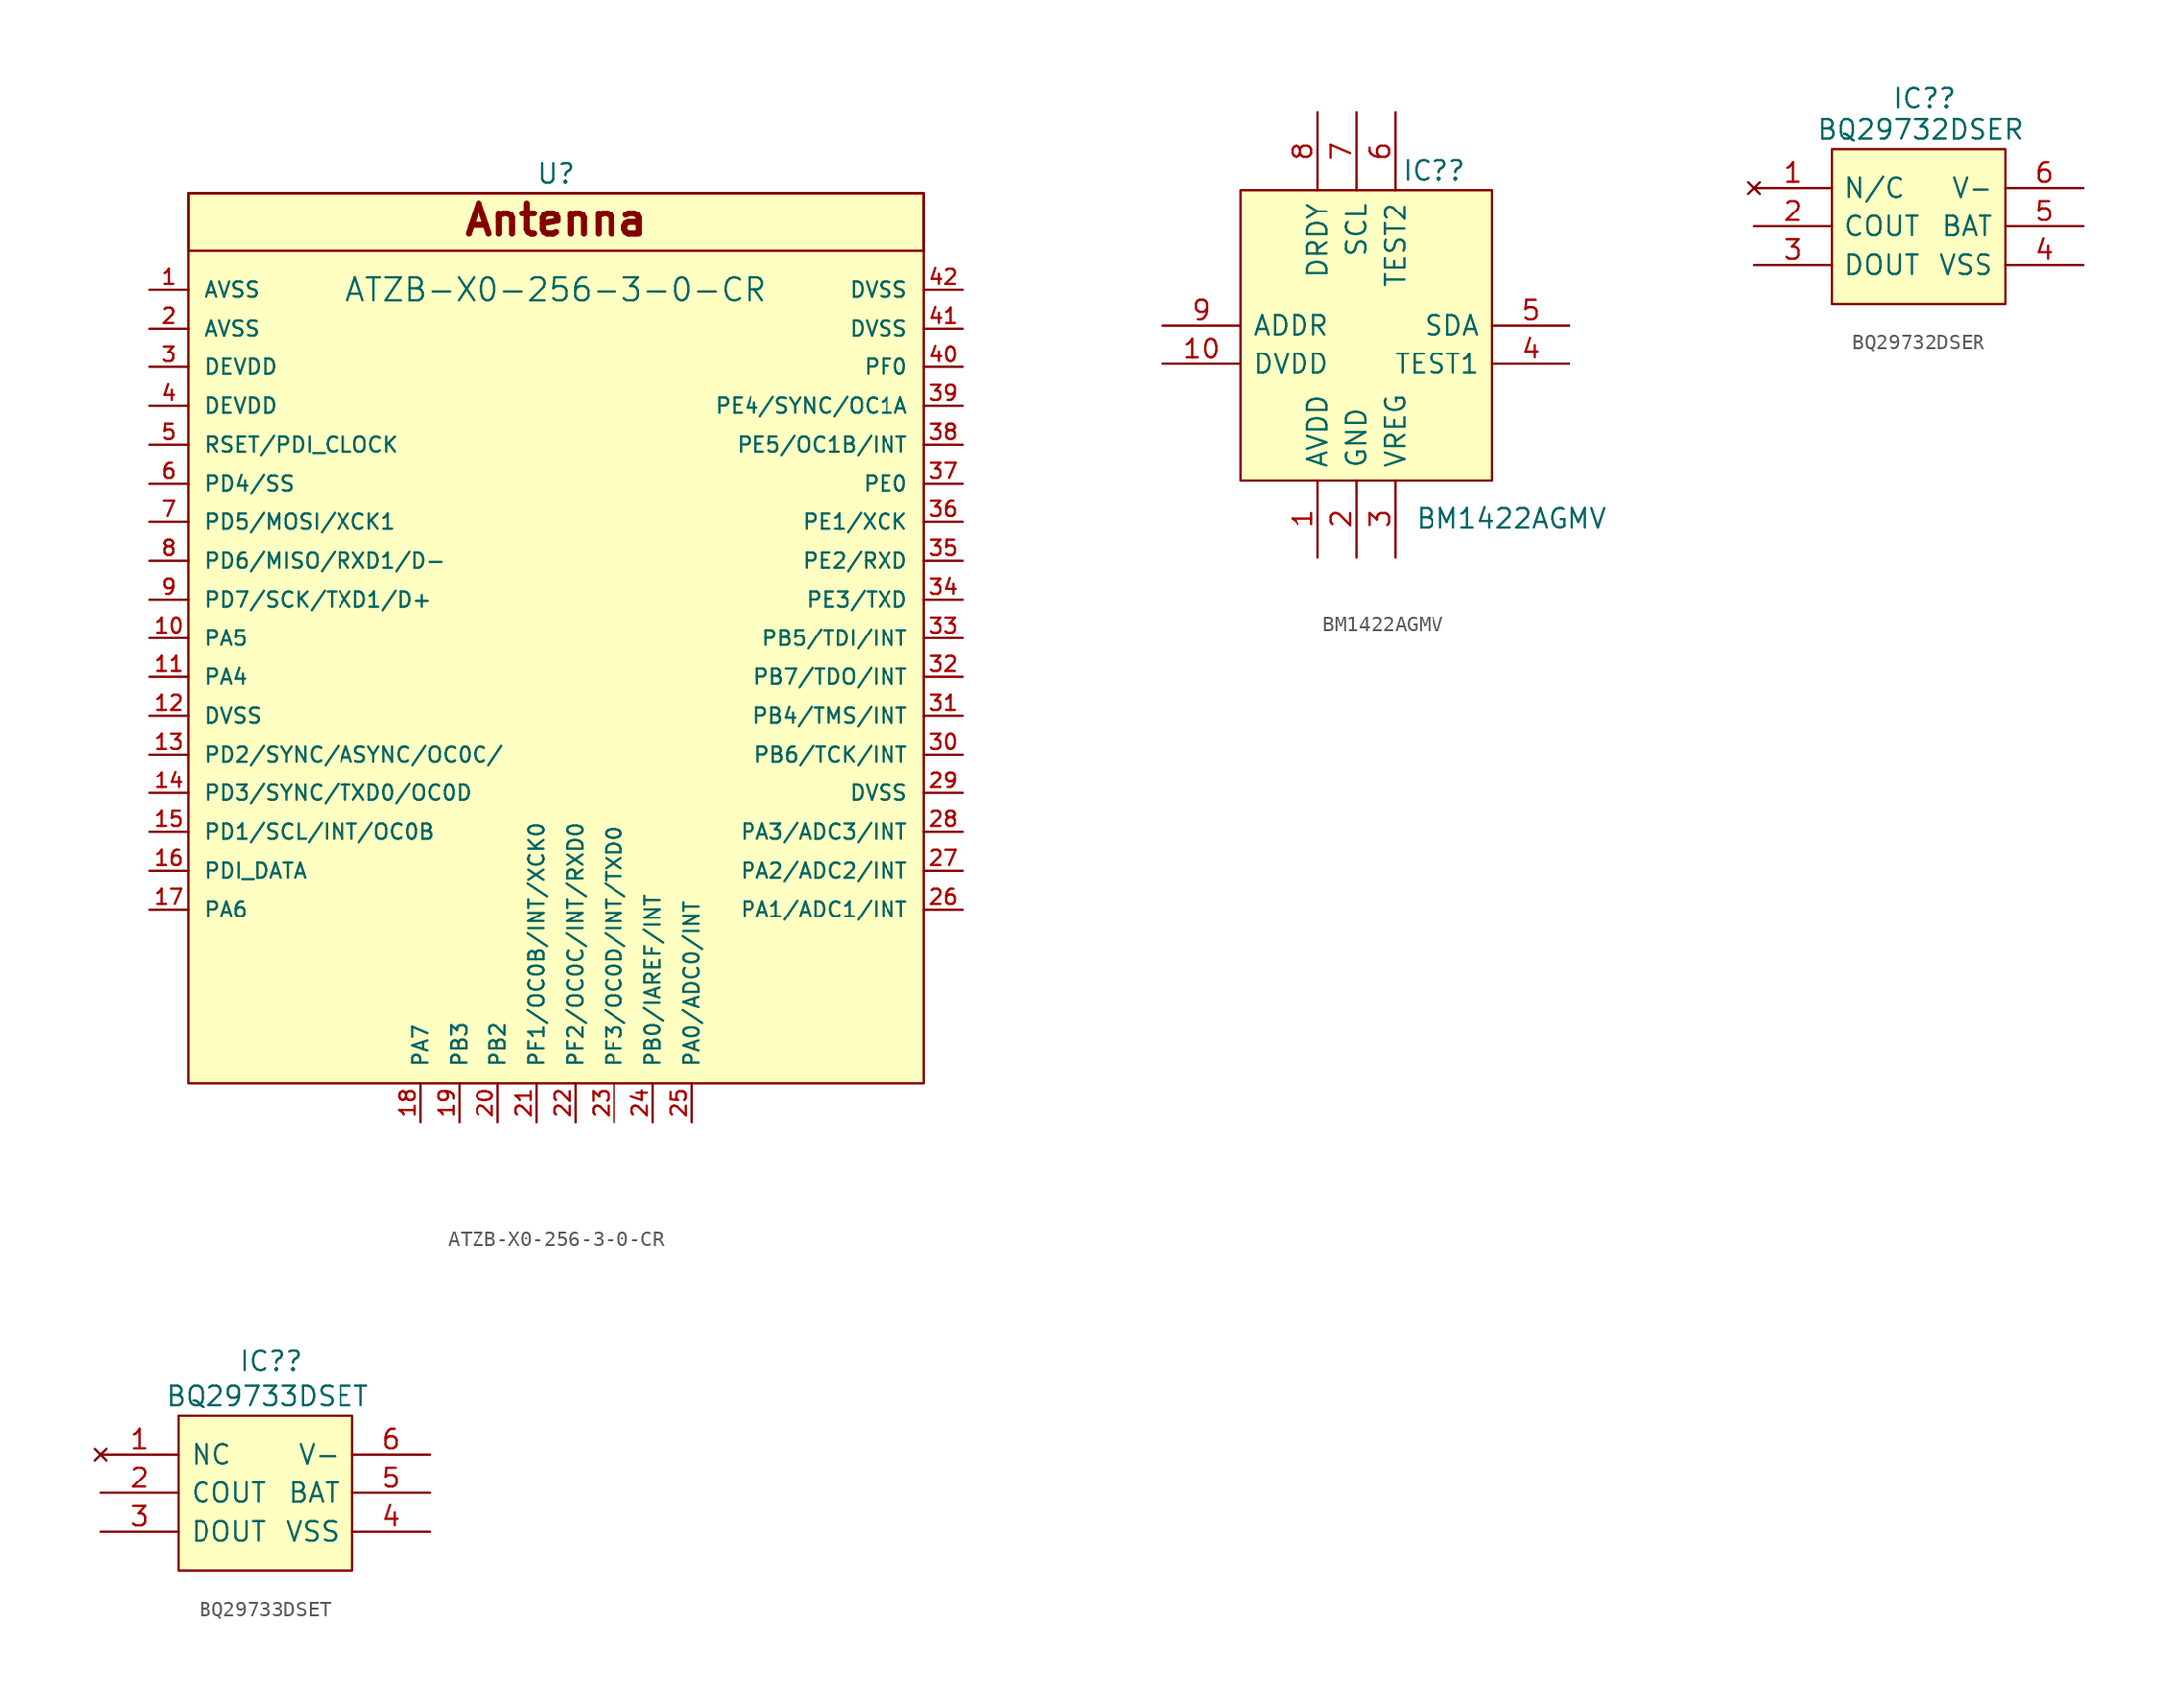
<source format=kicad_sym>
(kicad_symbol_lib
  (version 20211014)
  (generator kicad_symbol_editor)
  (symbol "ATZB-X0-256-3-0-CR"
    (pin_names
      (offset 1.016))
    (property "Reference" "U"
      (at 0 -1.27 0)
      (effects (font (size 1.27 1.27))))
    (property "Value" "ATZB-X0-256-3-0-CR"
      (at 0 -8.89 0)
      (effects (font (size 1.499 1.499))))
    (symbol "ATZB-X0-256-3-0-CR_0_0"
      (text "Antenna" (at 0 -4.318 0) (effects (font (size 2.007 2.007) bold))))
    (symbol "ATZB-X0-256-3-0-CR_0_1"
      (rectangle (start -24.13 -2.54) (end 24.13 -60.96) (stroke (width 0) (type default) (color 0 0 0 0)) (fill (type background)))
      (rectangle (start -24.13 -2.54) (end 24.13 -6.35) (stroke (width 0) (type default) (color 0 0 0 0)) (fill (type none))))
    (symbol "ATZB-X0-256-3-0-CR_1_1"
      (pin input line (at -26.67 -8.89 0) (length 2.54) (name "AVSS" (effects (font (size 0.991 0.991)))) (number "1" (effects (font (size 0.991 0.991)))))
      (pin input line (at -26.67 -31.75 0) (length 2.54) (name "PA5" (effects (font (size 0.991 0.991)))) (number "10" (effects (font (size 0.991 0.991)))))
      (pin input line (at -26.67 -34.29 0) (length 2.54) (name "PA4" (effects (font (size 0.991 0.991)))) (number "11" (effects (font (size 0.991 0.991)))))
      (pin input line (at -26.67 -36.83 0) (length 2.54) (name "DVSS" (effects (font (size 0.991 0.991)))) (number "12" (effects (font (size 0.991 0.991)))))
      (pin input line (at -26.67 -39.37 0) (length 2.54) (name "PD2/SYNC/ASYNC/OC0C/" (effects (font (size 0.991 0.991)))) (number "13" (effects (font (size 0.991 0.991)))))
      (pin input line (at -26.67 -41.91 0) (length 2.54) (name "PD3/SYNC/TXD0/OC0D" (effects (font (size 0.991 0.991)))) (number "14" (effects (font (size 0.991 0.991)))))
      (pin input line (at -26.67 -44.45 0) (length 2.54) (name "PD1/SCL/INT/OC0B" (effects (font (size 0.991 0.991)))) (number "15" (effects (font (size 0.991 0.991)))))
      (pin input line (at -26.67 -46.99 0) (length 2.54) (name "PDI_DATA" (effects (font (size 0.991 0.991)))) (number "16" (effects (font (size 0.991 0.991)))))
      (pin input line (at -26.67 -49.53 0) (length 2.54) (name "PA6" (effects (font (size 0.991 0.991)))) (number "17" (effects (font (size 0.991 0.991)))))
      (pin input line (at -8.89 -63.5 90) (length 2.54) (name "PA7" (effects (font (size 0.991 0.991)))) (number "18" (effects (font (size 0.991 0.991)))))
      (pin input line (at -6.35 -63.5 90) (length 2.54) (name "PB3" (effects (font (size 0.991 0.991)))) (number "19" (effects (font (size 0.991 0.991)))))
      (pin input line (at -26.67 -11.43 0) (length 2.54) (name "AVSS" (effects (font (size 0.991 0.991)))) (number "2" (effects (font (size 0.991 0.991)))))
      (pin input line (at -3.81 -63.5 90) (length 2.54) (name "PB2" (effects (font (size 0.991 0.991)))) (number "20" (effects (font (size 0.991 0.991)))))
      (pin input line (at -1.27 -63.5 90) (length 2.54) (name "PF1/OC0B/INT/XCK0" (effects (font (size 0.991 0.991)))) (number "21" (effects (font (size 0.991 0.991)))))
      (pin input line (at 1.27 -63.5 90) (length 2.54) (name "PF2/OC0C/INT/RXD0" (effects (font (size 0.991 0.991)))) (number "22" (effects (font (size 0.991 0.991)))))
      (pin input line (at 3.81 -63.5 90) (length 2.54) (name "PF3/OC0D/INT/TXD0" (effects (font (size 0.991 0.991)))) (number "23" (effects (font (size 0.991 0.991)))))
      (pin input line (at 6.35 -63.5 90) (length 2.54) (name "PB0/IAREF/INT" (effects (font (size 0.991 0.991)))) (number "24" (effects (font (size 0.991 0.991)))))
      (pin input line (at 8.89 -63.5 90) (length 2.54) (name "PA0/ADC0/INT" (effects (font (size 0.991 0.991)))) (number "25" (effects (font (size 0.991 0.991)))))
      (pin input line (at 26.67 -49.53 180) (length 2.54) (name "PA1/ADC1/INT" (effects (font (size 0.991 0.991)))) (number "26" (effects (font (size 0.991 0.991)))))
      (pin input line (at 26.67 -46.99 180) (length 2.54) (name "PA2/ADC2/INT" (effects (font (size 0.991 0.991)))) (number "27" (effects (font (size 0.991 0.991)))))
      (pin input line (at 26.67 -44.45 180) (length 2.54) (name "PA3/ADC3/INT" (effects (font (size 0.991 0.991)))) (number "28" (effects (font (size 0.991 0.991)))))
      (pin input line (at 26.67 -41.91 180) (length 2.54) (name "DVSS" (effects (font (size 0.991 0.991)))) (number "29" (effects (font (size 0.991 0.991)))))
      (pin input line (at -26.67 -13.97 0) (length 2.54) (name "DEVDD" (effects (font (size 0.991 0.991)))) (number "3" (effects (font (size 0.991 0.991)))))
      (pin input line (at 26.67 -39.37 180) (length 2.54) (name "PB6/TCK/INT" (effects (font (size 0.991 0.991)))) (number "30" (effects (font (size 0.991 0.991)))))
      (pin input line (at 26.67 -36.83 180) (length 2.54) (name "PB4/TMS/INT" (effects (font (size 0.991 0.991)))) (number "31" (effects (font (size 0.991 0.991)))))
      (pin input line (at 26.67 -34.29 180) (length 2.54) (name "PB7/TDO/INT" (effects (font (size 0.991 0.991)))) (number "32" (effects (font (size 0.991 0.991)))))
      (pin input line (at 26.67 -31.75 180) (length 2.54) (name "PB5/TDI/INT" (effects (font (size 0.991 0.991)))) (number "33" (effects (font (size 0.991 0.991)))))
      (pin input line (at 26.67 -29.21 180) (length 2.54) (name "PE3/TXD" (effects (font (size 0.991 0.991)))) (number "34" (effects (font (size 0.991 0.991)))))
      (pin input line (at 26.67 -26.67 180) (length 2.54) (name "PE2/RXD" (effects (font (size 0.991 0.991)))) (number "35" (effects (font (size 0.991 0.991)))))
      (pin input line (at 26.67 -24.13 180) (length 2.54) (name "PE1/XCK" (effects (font (size 0.991 0.991)))) (number "36" (effects (font (size 0.991 0.991)))))
      (pin input line (at 26.67 -21.59 180) (length 2.54) (name "PE0" (effects (font (size 0.991 0.991)))) (number "37" (effects (font (size 0.991 0.991)))))
      (pin input line (at 26.67 -19.05 180) (length 2.54) (name "PE5/OC1B/INT" (effects (font (size 0.991 0.991)))) (number "38" (effects (font (size 0.991 0.991)))))
      (pin input line (at 26.67 -16.51 180) (length 2.54) (name "PE4/SYNC/OC1A" (effects (font (size 0.991 0.991)))) (number "39" (effects (font (size 0.991 0.991)))))
      (pin input line (at -26.67 -16.51 0) (length 2.54) (name "DEVDD" (effects (font (size 0.991 0.991)))) (number "4" (effects (font (size 0.991 0.991)))))
      (pin input line (at 26.67 -13.97 180) (length 2.54) (name "PF0" (effects (font (size 0.991 0.991)))) (number "40" (effects (font (size 0.991 0.991)))))
      (pin input line (at 26.67 -11.43 180) (length 2.54) (name "DVSS" (effects (font (size 0.991 0.991)))) (number "41" (effects (font (size 0.991 0.991)))))
      (pin input line (at 26.67 -8.89 180) (length 2.54) (name "DVSS" (effects (font (size 0.991 0.991)))) (number "42" (effects (font (size 0.991 0.991)))))
      (pin input line (at -26.67 -19.05 0) (length 2.54) (name "RSET/PDI_CLOCK" (effects (font (size 0.991 0.991)))) (number "5" (effects (font (size 0.991 0.991)))))
      (pin input line (at -26.67 -21.59 0) (length 2.54) (name "PD4/SS" (effects (font (size 0.991 0.991)))) (number "6" (effects (font (size 0.991 0.991)))))
      (pin input line (at -26.67 -24.13 0) (length 2.54) (name "PD5/MOSI/XCK1" (effects (font (size 0.991 0.991)))) (number "7" (effects (font (size 0.991 0.991)))))
      (pin input line (at -26.67 -26.67 0) (length 2.54) (name "PD6/MISO/RXD1/D-" (effects (font (size 0.991 0.991)))) (number "8" (effects (font (size 0.991 0.991)))))
      (pin input line (at -26.67 -29.21 0) (length 2.54) (name "PD7/SCK/TXD1/D+" (effects (font (size 0.991 0.991)))) (number "9" (effects (font (size 0.991 0.991)))))))
  (symbol "BM1422AGMV"
    (pin_names
      (offset 0.762))
    (property "Reference" "IC?"
      (at 17.78 10.16 0)
      (effects (font (size 1.27 1.27))))
    (property "Value" "BM1422AGMV"
      (at 22.86 -12.7 0)
      (effects (font (size 1.27 1.27))))
    (symbol "BM1422AGMV_0_0"
      (pin passive line (at 10.16 -15.24 90) (length 5.08) (name "AVDD" (effects (font (size 1.27 1.27)))) (number "1" (effects (font (size 1.27 1.27)))))
      (pin passive line (at 0 -2.54 0) (length 5.08) (name "DVDD" (effects (font (size 1.27 1.27)))) (number "10" (effects (font (size 1.27 1.27)))))
      (pin passive line (at 12.7 -15.24 90) (length 5.08) (name "GND" (effects (font (size 1.27 1.27)))) (number "2" (effects (font (size 1.27 1.27)))))
      (pin passive line (at 15.24 -15.24 90) (length 5.08) (name "VREG" (effects (font (size 1.27 1.27)))) (number "3" (effects (font (size 1.27 1.27)))))
      (pin passive line (at 26.67 -2.54 180) (length 5.08) (name "TEST1" (effects (font (size 1.27 1.27)))) (number "4" (effects (font (size 1.27 1.27)))))
      (pin passive line (at 26.67 0 180) (length 5.08) (name "SDA" (effects (font (size 1.27 1.27)))) (number "5" (effects (font (size 1.27 1.27)))))
      (pin passive line (at 15.24 13.97 270) (length 5.08) (name "TEST2" (effects (font (size 1.27 1.27)))) (number "6" (effects (font (size 1.27 1.27)))))
      (pin passive line (at 12.7 13.97 270) (length 5.08) (name "SCL" (effects (font (size 1.27 1.27)))) (number "7" (effects (font (size 1.27 1.27)))))
      (pin passive line (at 10.16 13.97 270) (length 5.08) (name "DRDY" (effects (font (size 1.27 1.27)))) (number "8" (effects (font (size 1.27 1.27)))))
      (pin passive line (at 0 0 0) (length 5.08) (name "ADDR" (effects (font (size 1.27 1.27)))) (number "9" (effects (font (size 1.27 1.27))))))
    (symbol "BM1422AGMV_0_1"
      (polyline (pts (xy 5.08 8.89) (xy 21.59 8.89) (xy 21.59 -10.16) (xy 5.08 -10.16) (xy 5.08 8.89)) (stroke (width 0.152) (type default) (color 0 0 0 0)) (fill (type background)))))
  (symbol "BQ29732DSER"
    (pin_names
      (offset 0.762))
    (property "Reference" "IC?"
      (at 11.176 5.842 0)
      (effects (font (size 1.27 1.27))))
    (property "Value" "BQ29732DSER"
      (at 10.922 3.81 0)
      (effects (font (size 1.27 1.27))))
    (symbol "BQ29732DSER_0_0"
      (pin no_connect line (at 0 0 0) (length 5.08) (name "N/C" (effects (font (size 1.27 1.27)))) (number "1" (effects (font (size 1.27 1.27)))))
      (pin output line (at 0 -2.54 0) (length 5.08) (name "COUT" (effects (font (size 1.27 1.27)))) (number "2" (effects (font (size 1.27 1.27)))))
      (pin output line (at 0 -5.08 0) (length 5.08) (name "DOUT" (effects (font (size 1.27 1.27)))) (number "3" (effects (font (size 1.27 1.27)))))
      (pin power_in line (at 21.59 -5.08 180) (length 5.08) (name "VSS" (effects (font (size 1.27 1.27)))) (number "4" (effects (font (size 1.27 1.27)))))
      (pin power_in line (at 21.59 -2.54 180) (length 5.08) (name "BAT" (effects (font (size 1.27 1.27)))) (number "5" (effects (font (size 1.27 1.27)))))
      (pin bidirectional line (at 21.59 0 180) (length 5.08) (name "V-" (effects (font (size 1.27 1.27)))) (number "6" (effects (font (size 1.27 1.27))))))
    (symbol "BQ29732DSER_0_1"
      (polyline (pts (xy 5.08 2.54) (xy 16.51 2.54) (xy 16.51 -7.62) (xy 5.08 -7.62) (xy 5.08 2.54)) (stroke (width 0.152) (type default) (color 0 0 0 0)) (fill (type background)))))
  (symbol "BQ29733DSET"
    (pin_names
      (offset 0.762))
    (property "Reference" "IC?"
      (at 11.176 6.096 0)
      (effects (font (size 1.27 1.27))))
    (property "Value" "BQ29733DSET"
      (at 10.922 3.81 0)
      (effects (font (size 1.27 1.27))))
    (symbol "BQ29733DSET_0_0"
      (pin no_connect line (at 0 0 0) (length 5.08) (name "NC" (effects (font (size 1.27 1.27)))) (number "1" (effects (font (size 1.27 1.27)))))
      (pin passive line (at 0 -2.54 0) (length 5.08) (name "COUT" (effects (font (size 1.27 1.27)))) (number "2" (effects (font (size 1.27 1.27)))))
      (pin passive line (at 0 -5.08 0) (length 5.08) (name "DOUT" (effects (font (size 1.27 1.27)))) (number "3" (effects (font (size 1.27 1.27)))))
      (pin passive line (at 21.59 -5.08 180) (length 5.08) (name "VSS" (effects (font (size 1.27 1.27)))) (number "4" (effects (font (size 1.27 1.27)))))
      (pin passive line (at 21.59 -2.54 180) (length 5.08) (name "BAT" (effects (font (size 1.27 1.27)))) (number "5" (effects (font (size 1.27 1.27)))))
      (pin passive line (at 21.59 0 180) (length 5.08) (name "V-" (effects (font (size 1.27 1.27)))) (number "6" (effects (font (size 1.27 1.27))))))
    (symbol "BQ29733DSET_0_1"
      (polyline (pts (xy 5.08 2.54) (xy 16.51 2.54) (xy 16.51 -7.62) (xy 5.08 -7.62) (xy 5.08 2.54)) (stroke (width 0.152) (type default) (color 0 0 0 0)) (fill (type background))))))
</source>
